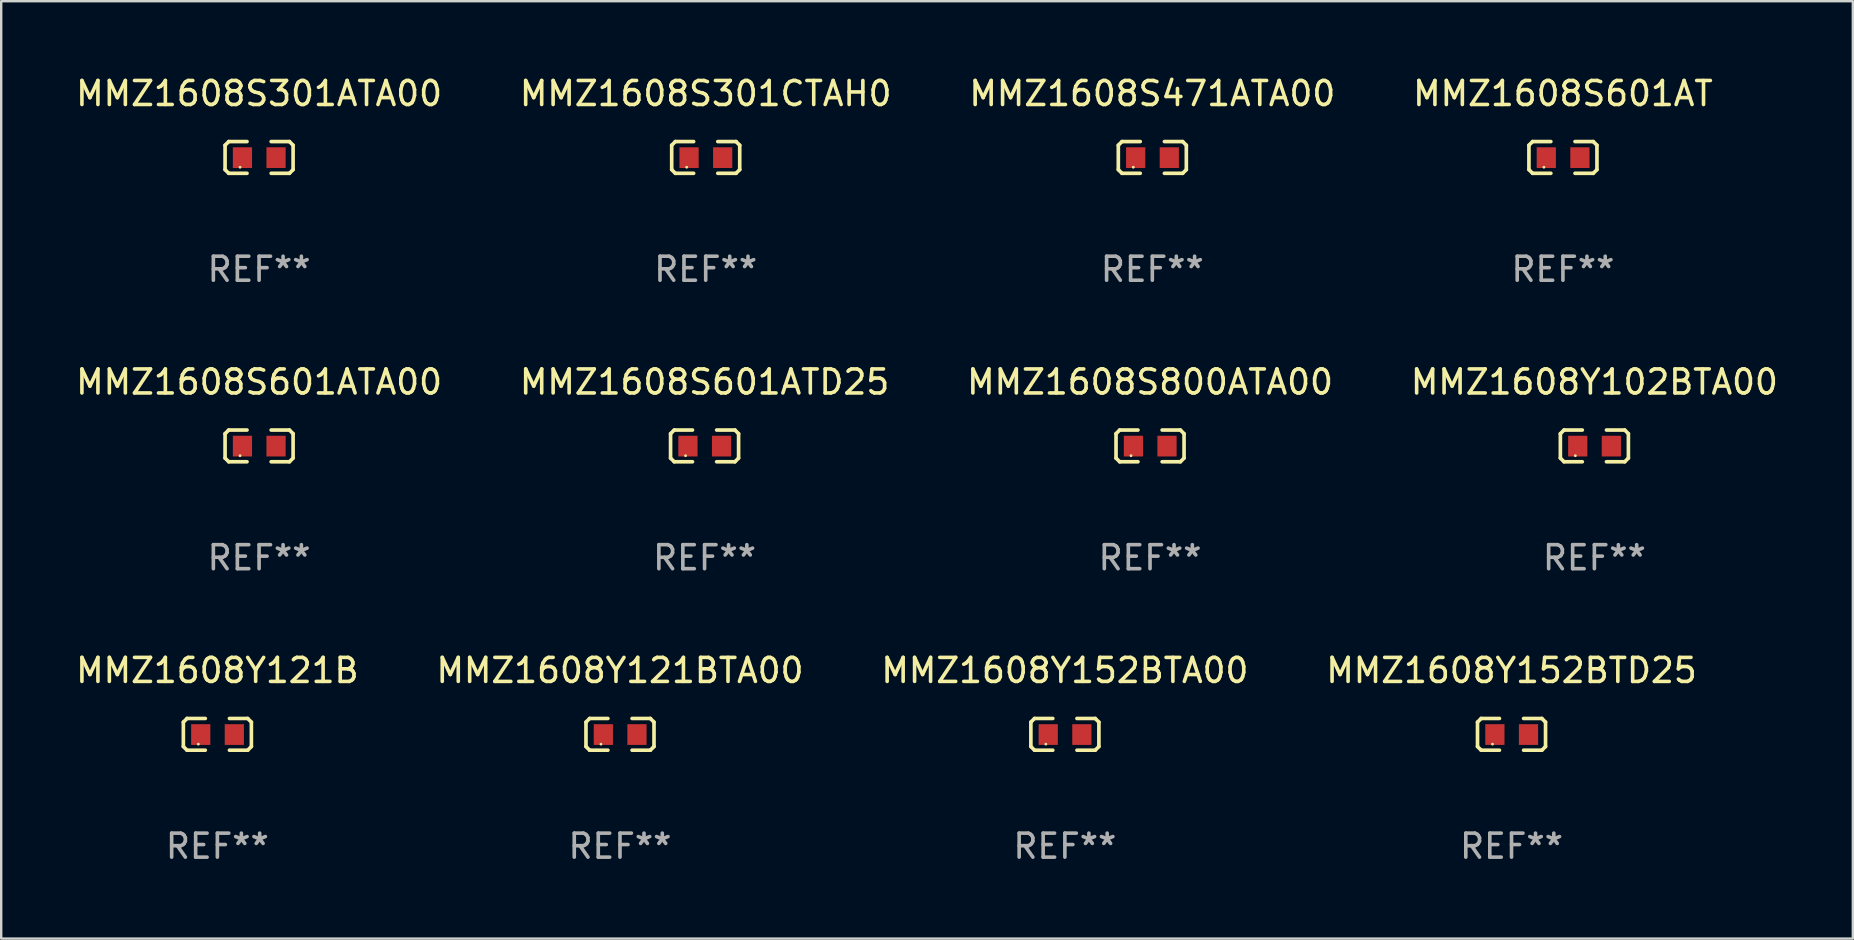
<source format=kicad_pcb>
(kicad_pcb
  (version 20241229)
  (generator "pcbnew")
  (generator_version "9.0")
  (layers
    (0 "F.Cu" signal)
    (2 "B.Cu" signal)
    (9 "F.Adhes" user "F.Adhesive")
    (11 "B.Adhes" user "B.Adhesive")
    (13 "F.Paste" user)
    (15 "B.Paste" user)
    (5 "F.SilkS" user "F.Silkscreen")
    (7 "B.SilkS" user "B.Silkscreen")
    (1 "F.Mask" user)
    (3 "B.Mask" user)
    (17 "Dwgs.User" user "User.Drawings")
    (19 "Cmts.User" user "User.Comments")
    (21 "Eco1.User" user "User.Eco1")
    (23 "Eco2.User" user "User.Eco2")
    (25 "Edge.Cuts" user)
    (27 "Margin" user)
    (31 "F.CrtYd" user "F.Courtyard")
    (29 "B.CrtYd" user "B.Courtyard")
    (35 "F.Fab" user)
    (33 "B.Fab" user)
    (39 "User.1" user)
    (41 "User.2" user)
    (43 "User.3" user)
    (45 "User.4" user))
  (footprint "MMZ1608S601AT"
    (layer "F.Cu")
    (at 62.065 3.509)
    (property "Reference" "MMZ1608S601AT" (at 0 -2.661 0) (layer "F.SilkS") (effects (font (size 1 1) (thickness 0.15))))
    (attr through_hole)
    (fp_line (start -1.417 -0.508) (end -1.265 -0.661) (stroke (width 0.152) (type solid)) (layer "F.SilkS"))
    (fp_line (start -1.417 0.508) (end -1.417 -0.508) (stroke (width 0.152) (type solid)) (layer "F.SilkS"))
    (fp_line (start -1.265 -0.661) (end -0.503 -0.661) (stroke (width 0.152) (type solid)) (layer "F.SilkS"))
    (fp_line (start -1.265 0.661) (end -1.417 0.508) (stroke (width 0.152) (type solid)) (layer "F.SilkS"))
    (fp_line (start -1.265 0.661) (end -0.503 0.661) (stroke (width 0.152) (type solid)) (layer "F.SilkS"))
    (fp_line (start 1.265 -0.661) (end 0.503 -0.661) (stroke (width 0.152) (type solid)) (layer "F.SilkS"))
    (fp_line (start 1.265 -0.661) (end 1.417 -0.508) (stroke (width 0.152) (type solid)) (layer "F.SilkS"))
    (fp_line (start 1.265 0.661) (end 0.503 0.661) (stroke (width 0.152) (type solid)) (layer "F.SilkS"))
    (fp_line (start 1.417 -0.508) (end 1.417 0.508) (stroke (width 0.152) (type solid)) (layer "F.SilkS"))
    (fp_line (start 1.417 0.508) (end 1.265 0.661) (stroke (width 0.152) (type solid)) (layer "F.SilkS"))
    (fp_circle (center -0.793 0.409) (end -0.763 0.409) (stroke (width 0.06) (type solid)) (fill no) (layer "F.SilkS"))
    (fp_text user "REF**" (at 0 4.661 0) (layer "F.Fab") (effects (font (size 1 1) (thickness 0.15))))
    (pad "1" smd rect (at -0.693 0.009 180) (size 0.8 0.864) (layers "F.Cu" "F.Mask" "F.Paste"))
    (pad "2" smd rect (at 0.707 0.009 180) (size 0.8 0.864) (layers "F.Cu" "F.Mask" "F.Paste")))
  (footprint "MMZ1608Y152BTA00"
    (layer "F.Cu")
    (at 41.315 27.544)
    (property "Reference" "MMZ1608Y152BTA00" (at 0 -2.661 0) (layer "F.SilkS") (effects (font (size 1 1) (thickness 0.15))))
    (attr through_hole)
    (fp_line (start -1.417 -0.508) (end -1.265 -0.661) (stroke (width 0.152) (type solid)) (layer "F.SilkS"))
    (fp_line (start -1.417 0.508) (end -1.417 -0.508) (stroke (width 0.152) (type solid)) (layer "F.SilkS"))
    (fp_line (start -1.265 -0.661) (end -0.503 -0.661) (stroke (width 0.152) (type solid)) (layer "F.SilkS"))
    (fp_line (start -1.265 0.661) (end -1.417 0.508) (stroke (width 0.152) (type solid)) (layer "F.SilkS"))
    (fp_line (start -1.265 0.661) (end -0.503 0.661) (stroke (width 0.152) (type solid)) (layer "F.SilkS"))
    (fp_line (start 1.265 -0.661) (end 0.503 -0.661) (stroke (width 0.152) (type solid)) (layer "F.SilkS"))
    (fp_line (start 1.265 -0.661) (end 1.417 -0.508) (stroke (width 0.152) (type solid)) (layer "F.SilkS"))
    (fp_line (start 1.265 0.661) (end 0.503 0.661) (stroke (width 0.152) (type solid)) (layer "F.SilkS"))
    (fp_line (start 1.417 -0.508) (end 1.417 0.508) (stroke (width 0.152) (type solid)) (layer "F.SilkS"))
    (fp_line (start 1.417 0.508) (end 1.265 0.661) (stroke (width 0.152) (type solid)) (layer "F.SilkS"))
    (fp_circle (center -0.793 0.409) (end -0.763 0.409) (stroke (width 0.06) (type solid)) (fill no) (layer "F.SilkS"))
    (fp_text user "REF**" (at 0 4.661 0) (layer "F.Fab") (effects (font (size 1 1) (thickness 0.15))))
    (pad "1" smd rect (at -0.693 0.009 180) (size 0.8 0.864) (layers "F.Cu" "F.Mask" "F.Paste"))
    (pad "2" smd rect (at 0.707 0.009 180) (size 0.8 0.864) (layers "F.Cu" "F.Mask" "F.Paste")))
  (footprint "MMZ1608S301CTAH0"
    (layer "F.Cu")
    (at 26.351 3.509)
    (property "Reference" "MMZ1608S301CTAH0" (at 0 -2.661 0) (layer "F.SilkS") (effects (font (size 1 1) (thickness 0.15))))
    (attr through_hole)
    (fp_line (start -1.417 -0.508) (end -1.265 -0.661) (stroke (width 0.152) (type solid)) (layer "F.SilkS"))
    (fp_line (start -1.417 0.508) (end -1.417 -0.508) (stroke (width 0.152) (type solid)) (layer "F.SilkS"))
    (fp_line (start -1.265 -0.661) (end -0.503 -0.661) (stroke (width 0.152) (type solid)) (layer "F.SilkS"))
    (fp_line (start -1.265 0.661) (end -1.417 0.508) (stroke (width 0.152) (type solid)) (layer "F.SilkS"))
    (fp_line (start -1.265 0.661) (end -0.503 0.661) (stroke (width 0.152) (type solid)) (layer "F.SilkS"))
    (fp_line (start 1.265 -0.661) (end 0.503 -0.661) (stroke (width 0.152) (type solid)) (layer "F.SilkS"))
    (fp_line (start 1.265 -0.661) (end 1.417 -0.508) (stroke (width 0.152) (type solid)) (layer "F.SilkS"))
    (fp_line (start 1.265 0.661) (end 0.503 0.661) (stroke (width 0.152) (type solid)) (layer "F.SilkS"))
    (fp_line (start 1.417 -0.508) (end 1.417 0.508) (stroke (width 0.152) (type solid)) (layer "F.SilkS"))
    (fp_line (start 1.417 0.508) (end 1.265 0.661) (stroke (width 0.152) (type solid)) (layer "F.SilkS"))
    (fp_circle (center -0.793 0.409) (end -0.763 0.409) (stroke (width 0.06) (type solid)) (fill no) (layer "F.SilkS"))
    (fp_text user "REF**" (at 0 4.661 0) (layer "F.Fab") (effects (font (size 1 1) (thickness 0.15))))
    (pad "1" smd rect (at -0.693 0.009 180) (size 0.8 0.864) (layers "F.Cu" "F.Mask" "F.Paste"))
    (pad "2" smd rect (at 0.707 0.009 180) (size 0.8 0.864) (layers "F.Cu" "F.Mask" "F.Paste")))
  (footprint "MMZ1608S601ATD25"
    (layer "F.Cu")
    (at 26.304 15.527)
    (property "Reference" "MMZ1608S601ATD25" (at 0 -2.661 0) (layer "F.SilkS") (effects (font (size 1 1) (thickness 0.15))))
    (attr through_hole)
    (fp_line (start -1.417 -0.508) (end -1.265 -0.661) (stroke (width 0.152) (type solid)) (layer "F.SilkS"))
    (fp_line (start -1.417 0.508) (end -1.417 -0.508) (stroke (width 0.152) (type solid)) (layer "F.SilkS"))
    (fp_line (start -1.265 -0.661) (end -0.503 -0.661) (stroke (width 0.152) (type solid)) (layer "F.SilkS"))
    (fp_line (start -1.265 0.661) (end -1.417 0.508) (stroke (width 0.152) (type solid)) (layer "F.SilkS"))
    (fp_line (start -1.265 0.661) (end -0.503 0.661) (stroke (width 0.152) (type solid)) (layer "F.SilkS"))
    (fp_line (start 1.265 -0.661) (end 0.503 -0.661) (stroke (width 0.152) (type solid)) (layer "F.SilkS"))
    (fp_line (start 1.265 -0.661) (end 1.417 -0.508) (stroke (width 0.152) (type solid)) (layer "F.SilkS"))
    (fp_line (start 1.265 0.661) (end 0.503 0.661) (stroke (width 0.152) (type solid)) (layer "F.SilkS"))
    (fp_line (start 1.417 -0.508) (end 1.417 0.508) (stroke (width 0.152) (type solid)) (layer "F.SilkS"))
    (fp_line (start 1.417 0.508) (end 1.265 0.661) (stroke (width 0.152) (type solid)) (layer "F.SilkS"))
    (fp_circle (center -0.793 0.409) (end -0.763 0.409) (stroke (width 0.06) (type solid)) (fill no) (layer "F.SilkS"))
    (fp_text user "REF**" (at 0 4.661 0) (layer "F.Fab") (effects (font (size 1 1) (thickness 0.15))))
    (pad "1" smd rect (at -0.693 0.009 180) (size 0.8 0.864) (layers "F.Cu" "F.Mask" "F.Paste"))
    (pad "2" smd rect (at 0.707 0.009 180) (size 0.8 0.864) (layers "F.Cu" "F.Mask" "F.Paste")))
  (footprint "MMZ1608S800ATA00"
    (layer "F.Cu")
    (at 44.863 15.527)
    (property "Reference" "MMZ1608S800ATA00" (at 0 -2.661 0) (layer "F.SilkS") (effects (font (size 1 1) (thickness 0.15))))
    (attr through_hole)
    (fp_line (start -1.417 -0.508) (end -1.265 -0.661) (stroke (width 0.152) (type solid)) (layer "F.SilkS"))
    (fp_line (start -1.417 0.508) (end -1.417 -0.508) (stroke (width 0.152) (type solid)) (layer "F.SilkS"))
    (fp_line (start -1.265 -0.661) (end -0.503 -0.661) (stroke (width 0.152) (type solid)) (layer "F.SilkS"))
    (fp_line (start -1.265 0.661) (end -1.417 0.508) (stroke (width 0.152) (type solid)) (layer "F.SilkS"))
    (fp_line (start -1.265 0.661) (end -0.503 0.661) (stroke (width 0.152) (type solid)) (layer "F.SilkS"))
    (fp_line (start 1.265 -0.661) (end 0.503 -0.661) (stroke (width 0.152) (type solid)) (layer "F.SilkS"))
    (fp_line (start 1.265 -0.661) (end 1.417 -0.508) (stroke (width 0.152) (type solid)) (layer "F.SilkS"))
    (fp_line (start 1.265 0.661) (end 0.503 0.661) (stroke (width 0.152) (type solid)) (layer "F.SilkS"))
    (fp_line (start 1.417 -0.508) (end 1.417 0.508) (stroke (width 0.152) (type solid)) (layer "F.SilkS"))
    (fp_line (start 1.417 0.508) (end 1.265 0.661) (stroke (width 0.152) (type solid)) (layer "F.SilkS"))
    (fp_circle (center -0.793 0.409) (end -0.763 0.409) (stroke (width 0.06) (type solid)) (fill no) (layer "F.SilkS"))
    (fp_text user "REF**" (at 0 4.661 0) (layer "F.Fab") (effects (font (size 1 1) (thickness 0.15))))
    (pad "1" smd rect (at -0.693 0.009 180) (size 0.8 0.864) (layers "F.Cu" "F.Mask" "F.Paste"))
    (pad "2" smd rect (at 0.707 0.009 180) (size 0.8 0.864) (layers "F.Cu" "F.Mask" "F.Paste")))
  (footprint "MMZ1608Y102BTA00"
    (layer "F.Cu")
    (at 63.375 15.527)
    (property "Reference" "MMZ1608Y102BTA00" (at 0 -2.661 0) (layer "F.SilkS") (effects (font (size 1 1) (thickness 0.15))))
    (attr through_hole)
    (fp_line (start -1.417 -0.508) (end -1.265 -0.661) (stroke (width 0.152) (type solid)) (layer "F.SilkS"))
    (fp_line (start -1.417 0.508) (end -1.417 -0.508) (stroke (width 0.152) (type solid)) (layer "F.SilkS"))
    (fp_line (start -1.265 -0.661) (end -0.503 -0.661) (stroke (width 0.152) (type solid)) (layer "F.SilkS"))
    (fp_line (start -1.265 0.661) (end -1.417 0.508) (stroke (width 0.152) (type solid)) (layer "F.SilkS"))
    (fp_line (start -1.265 0.661) (end -0.503 0.661) (stroke (width 0.152) (type solid)) (layer "F.SilkS"))
    (fp_line (start 1.265 -0.661) (end 0.503 -0.661) (stroke (width 0.152) (type solid)) (layer "F.SilkS"))
    (fp_line (start 1.265 -0.661) (end 1.417 -0.508) (stroke (width 0.152) (type solid)) (layer "F.SilkS"))
    (fp_line (start 1.265 0.661) (end 0.503 0.661) (stroke (width 0.152) (type solid)) (layer "F.SilkS"))
    (fp_line (start 1.417 -0.508) (end 1.417 0.508) (stroke (width 0.152) (type solid)) (layer "F.SilkS"))
    (fp_line (start 1.417 0.508) (end 1.265 0.661) (stroke (width 0.152) (type solid)) (layer "F.SilkS"))
    (fp_circle (center -0.793 0.409) (end -0.763 0.409) (stroke (width 0.06) (type solid)) (fill no) (layer "F.SilkS"))
    (fp_text user "REF**" (at 0 4.661 0) (layer "F.Fab") (effects (font (size 1 1) (thickness 0.15))))
    (pad "1" smd rect (at -0.693 0.009 180) (size 0.8 0.864) (layers "F.Cu" "F.Mask" "F.Paste"))
    (pad "2" smd rect (at 0.707 0.009 180) (size 0.8 0.864) (layers "F.Cu" "F.Mask" "F.Paste")))
  (footprint "MMZ1608S601ATA00"
    (layer "F.Cu")
    (at 7.744 15.527)
    (property "Reference" "MMZ1608S601ATA00" (at 0 -2.661 0) (layer "F.SilkS") (effects (font (size 1 1) (thickness 0.15))))
    (attr through_hole)
    (fp_line (start -1.417 -0.508) (end -1.265 -0.661) (stroke (width 0.152) (type solid)) (layer "F.SilkS"))
    (fp_line (start -1.417 0.508) (end -1.417 -0.508) (stroke (width 0.152) (type solid)) (layer "F.SilkS"))
    (fp_line (start -1.265 -0.661) (end -0.503 -0.661) (stroke (width 0.152) (type solid)) (layer "F.SilkS"))
    (fp_line (start -1.265 0.661) (end -1.417 0.508) (stroke (width 0.152) (type solid)) (layer "F.SilkS"))
    (fp_line (start -1.265 0.661) (end -0.503 0.661) (stroke (width 0.152) (type solid)) (layer "F.SilkS"))
    (fp_line (start 1.265 -0.661) (end 0.503 -0.661) (stroke (width 0.152) (type solid)) (layer "F.SilkS"))
    (fp_line (start 1.265 -0.661) (end 1.417 -0.508) (stroke (width 0.152) (type solid)) (layer "F.SilkS"))
    (fp_line (start 1.265 0.661) (end 0.503 0.661) (stroke (width 0.152) (type solid)) (layer "F.SilkS"))
    (fp_line (start 1.417 -0.508) (end 1.417 0.508) (stroke (width 0.152) (type solid)) (layer "F.SilkS"))
    (fp_line (start 1.417 0.508) (end 1.265 0.661) (stroke (width 0.152) (type solid)) (layer "F.SilkS"))
    (fp_circle (center -0.793 0.409) (end -0.763 0.409) (stroke (width 0.06) (type solid)) (fill no) (layer "F.SilkS"))
    (fp_text user "REF**" (at 0 4.661 0) (layer "F.Fab") (effects (font (size 1 1) (thickness 0.15))))
    (pad "1" smd rect (at -0.693 0.009 180) (size 0.8 0.864) (layers "F.Cu" "F.Mask" "F.Paste"))
    (pad "2" smd rect (at 0.707 0.009 180) (size 0.8 0.864) (layers "F.Cu" "F.Mask" "F.Paste")))
  (footprint "MMZ1608S471ATA00"
    (layer "F.Cu")
    (at 44.958 3.509)
    (property "Reference" "MMZ1608S471ATA00" (at 0 -2.661 0) (layer "F.SilkS") (effects (font (size 1 1) (thickness 0.15))))
    (attr through_hole)
    (fp_line (start -1.417 -0.508) (end -1.265 -0.661) (stroke (width 0.152) (type solid)) (layer "F.SilkS"))
    (fp_line (start -1.417 0.508) (end -1.417 -0.508) (stroke (width 0.152) (type solid)) (layer "F.SilkS"))
    (fp_line (start -1.265 -0.661) (end -0.503 -0.661) (stroke (width 0.152) (type solid)) (layer "F.SilkS"))
    (fp_line (start -1.265 0.661) (end -1.417 0.508) (stroke (width 0.152) (type solid)) (layer "F.SilkS"))
    (fp_line (start -1.265 0.661) (end -0.503 0.661) (stroke (width 0.152) (type solid)) (layer "F.SilkS"))
    (fp_line (start 1.265 -0.661) (end 0.503 -0.661) (stroke (width 0.152) (type solid)) (layer "F.SilkS"))
    (fp_line (start 1.265 -0.661) (end 1.417 -0.508) (stroke (width 0.152) (type solid)) (layer "F.SilkS"))
    (fp_line (start 1.265 0.661) (end 0.503 0.661) (stroke (width 0.152) (type solid)) (layer "F.SilkS"))
    (fp_line (start 1.417 -0.508) (end 1.417 0.508) (stroke (width 0.152) (type solid)) (layer "F.SilkS"))
    (fp_line (start 1.417 0.508) (end 1.265 0.661) (stroke (width 0.152) (type solid)) (layer "F.SilkS"))
    (fp_circle (center -0.793 0.409) (end -0.763 0.409) (stroke (width 0.06) (type solid)) (fill no) (layer "F.SilkS"))
    (fp_text user "REF**" (at 0 4.661 0) (layer "F.Fab") (effects (font (size 1 1) (thickness 0.15))))
    (pad "1" smd rect (at -0.693 0.009 180) (size 0.8 0.864) (layers "F.Cu" "F.Mask" "F.Paste"))
    (pad "2" smd rect (at 0.707 0.009 180) (size 0.8 0.864) (layers "F.Cu" "F.Mask" "F.Paste")))
  (footprint "MMZ1608Y121B"
    (layer "F.Cu")
    (at 6.006 27.544)
    (property "Reference" "MMZ1608Y121B" (at 0 -2.661 0) (layer "F.SilkS") (effects (font (size 1 1) (thickness 0.15))))
    (attr through_hole)
    (fp_line (start -1.417 -0.508) (end -1.265 -0.661) (stroke (width 0.152) (type solid)) (layer "F.SilkS"))
    (fp_line (start -1.417 0.508) (end -1.417 -0.508) (stroke (width 0.152) (type solid)) (layer "F.SilkS"))
    (fp_line (start -1.265 -0.661) (end -0.503 -0.661) (stroke (width 0.152) (type solid)) (layer "F.SilkS"))
    (fp_line (start -1.265 0.661) (end -1.417 0.508) (stroke (width 0.152) (type solid)) (layer "F.SilkS"))
    (fp_line (start -1.265 0.661) (end -0.503 0.661) (stroke (width 0.152) (type solid)) (layer "F.SilkS"))
    (fp_line (start 1.265 -0.661) (end 0.503 -0.661) (stroke (width 0.152) (type solid)) (layer "F.SilkS"))
    (fp_line (start 1.265 -0.661) (end 1.417 -0.508) (stroke (width 0.152) (type solid)) (layer "F.SilkS"))
    (fp_line (start 1.265 0.661) (end 0.503 0.661) (stroke (width 0.152) (type solid)) (layer "F.SilkS"))
    (fp_line (start 1.417 -0.508) (end 1.417 0.508) (stroke (width 0.152) (type solid)) (layer "F.SilkS"))
    (fp_line (start 1.417 0.508) (end 1.265 0.661) (stroke (width 0.152) (type solid)) (layer "F.SilkS"))
    (fp_circle (center -0.793 0.409) (end -0.763 0.409) (stroke (width 0.06) (type solid)) (fill no) (layer "F.SilkS"))
    (fp_text user "REF**" (at 0 4.661 0) (layer "F.Fab") (effects (font (size 1 1) (thickness 0.15))))
    (pad "1" smd rect (at -0.693 0.009 180) (size 0.8 0.864) (layers "F.Cu" "F.Mask" "F.Paste"))
    (pad "2" smd rect (at 0.707 0.009 180) (size 0.8 0.864) (layers "F.Cu" "F.Mask" "F.Paste")))
  (footprint "MMZ1608Y121BTA00"
    (layer "F.Cu")
    (at 22.78 27.544)
    (property "Reference" "MMZ1608Y121BTA00" (at 0 -2.661 0) (layer "F.SilkS") (effects (font (size 1 1) (thickness 0.15))))
    (attr through_hole)
    (fp_line (start -1.417 -0.508) (end -1.265 -0.661) (stroke (width 0.152) (type solid)) (layer "F.SilkS"))
    (fp_line (start -1.417 0.508) (end -1.417 -0.508) (stroke (width 0.152) (type solid)) (layer "F.SilkS"))
    (fp_line (start -1.265 -0.661) (end -0.503 -0.661) (stroke (width 0.152) (type solid)) (layer "F.SilkS"))
    (fp_line (start -1.265 0.661) (end -1.417 0.508) (stroke (width 0.152) (type solid)) (layer "F.SilkS"))
    (fp_line (start -1.265 0.661) (end -0.503 0.661) (stroke (width 0.152) (type solid)) (layer "F.SilkS"))
    (fp_line (start 1.265 -0.661) (end 0.503 -0.661) (stroke (width 0.152) (type solid)) (layer "F.SilkS"))
    (fp_line (start 1.265 -0.661) (end 1.417 -0.508) (stroke (width 0.152) (type solid)) (layer "F.SilkS"))
    (fp_line (start 1.265 0.661) (end 0.503 0.661) (stroke (width 0.152) (type solid)) (layer "F.SilkS"))
    (fp_line (start 1.417 -0.508) (end 1.417 0.508) (stroke (width 0.152) (type solid)) (layer "F.SilkS"))
    (fp_line (start 1.417 0.508) (end 1.265 0.661) (stroke (width 0.152) (type solid)) (layer "F.SilkS"))
    (fp_circle (center -0.793 0.409) (end -0.763 0.409) (stroke (width 0.06) (type solid)) (fill no) (layer "F.SilkS"))
    (fp_text user "REF**" (at 0 4.661 0) (layer "F.Fab") (effects (font (size 1 1) (thickness 0.15))))
    (pad "1" smd rect (at -0.693 0.009 180) (size 0.8 0.864) (layers "F.Cu" "F.Mask" "F.Paste"))
    (pad "2" smd rect (at 0.707 0.009 180) (size 0.8 0.864) (layers "F.Cu" "F.Mask" "F.Paste")))
  (footprint "MMZ1608S301ATA00"
    (layer "F.Cu")
    (at 7.744 3.509)
    (property "Reference" "MMZ1608S301ATA00" (at 0 -2.661 0) (layer "F.SilkS") (effects (font (size 1 1) (thickness 0.15))))
    (attr through_hole)
    (fp_line (start -1.417 -0.508) (end -1.265 -0.661) (stroke (width 0.152) (type solid)) (layer "F.SilkS"))
    (fp_line (start -1.417 0.508) (end -1.417 -0.508) (stroke (width 0.152) (type solid)) (layer "F.SilkS"))
    (fp_line (start -1.265 -0.661) (end -0.503 -0.661) (stroke (width 0.152) (type solid)) (layer "F.SilkS"))
    (fp_line (start -1.265 0.661) (end -1.417 0.508) (stroke (width 0.152) (type solid)) (layer "F.SilkS"))
    (fp_line (start -1.265 0.661) (end -0.503 0.661) (stroke (width 0.152) (type solid)) (layer "F.SilkS"))
    (fp_line (start 1.265 -0.661) (end 0.503 -0.661) (stroke (width 0.152) (type solid)) (layer "F.SilkS"))
    (fp_line (start 1.265 -0.661) (end 1.417 -0.508) (stroke (width 0.152) (type solid)) (layer "F.SilkS"))
    (fp_line (start 1.265 0.661) (end 0.503 0.661) (stroke (width 0.152) (type solid)) (layer "F.SilkS"))
    (fp_line (start 1.417 -0.508) (end 1.417 0.508) (stroke (width 0.152) (type solid)) (layer "F.SilkS"))
    (fp_line (start 1.417 0.508) (end 1.265 0.661) (stroke (width 0.152) (type solid)) (layer "F.SilkS"))
    (fp_circle (center -0.793 0.409) (end -0.763 0.409) (stroke (width 0.06) (type solid)) (fill no) (layer "F.SilkS"))
    (fp_text user "REF**" (at 0 4.661 0) (layer "F.Fab") (effects (font (size 1 1) (thickness 0.15))))
    (pad "1" smd rect (at -0.693 0.009 180) (size 0.8 0.864) (layers "F.Cu" "F.Mask" "F.Paste"))
    (pad "2" smd rect (at 0.707 0.009 180) (size 0.8 0.864) (layers "F.Cu" "F.Mask" "F.Paste")))
  (footprint "MMZ1608Y152BTD25"
    (layer "F.Cu")
    (at 59.923 27.544)
    (property "Reference" "MMZ1608Y152BTD25" (at 0 -2.661 0) (layer "F.SilkS") (effects (font (size 1 1) (thickness 0.15))))
    (attr through_hole)
    (fp_line (start -1.417 -0.508) (end -1.265 -0.661) (stroke (width 0.152) (type solid)) (layer "F.SilkS"))
    (fp_line (start -1.417 0.508) (end -1.417 -0.508) (stroke (width 0.152) (type solid)) (layer "F.SilkS"))
    (fp_line (start -1.265 -0.661) (end -0.503 -0.661) (stroke (width 0.152) (type solid)) (layer "F.SilkS"))
    (fp_line (start -1.265 0.661) (end -1.417 0.508) (stroke (width 0.152) (type solid)) (layer "F.SilkS"))
    (fp_line (start -1.265 0.661) (end -0.503 0.661) (stroke (width 0.152) (type solid)) (layer "F.SilkS"))
    (fp_line (start 1.265 -0.661) (end 0.503 -0.661) (stroke (width 0.152) (type solid)) (layer "F.SilkS"))
    (fp_line (start 1.265 -0.661) (end 1.417 -0.508) (stroke (width 0.152) (type solid)) (layer "F.SilkS"))
    (fp_line (start 1.265 0.661) (end 0.503 0.661) (stroke (width 0.152) (type solid)) (layer "F.SilkS"))
    (fp_line (start 1.417 -0.508) (end 1.417 0.508) (stroke (width 0.152) (type solid)) (layer "F.SilkS"))
    (fp_line (start 1.417 0.508) (end 1.265 0.661) (stroke (width 0.152) (type solid)) (layer "F.SilkS"))
    (fp_circle (center -0.793 0.409) (end -0.763 0.409) (stroke (width 0.06) (type solid)) (fill no) (layer "F.SilkS"))
    (fp_text user "REF**" (at 0 4.661 0) (layer "F.Fab") (effects (font (size 1 1) (thickness 0.15))))
    (pad "1" smd rect (at -0.693 0.009 180) (size 0.8 0.864) (layers "F.Cu" "F.Mask" "F.Paste"))
    (pad "2" smd rect (at 0.707 0.009 180) (size 0.8 0.864) (layers "F.Cu" "F.Mask" "F.Paste")))
  (gr_rect
    (start -3 -3)
    (end 74.143 36.053)
    (stroke (width 0.1) (type default))
    (fill no)
    (layer "Edge.Cuts")))
</source>
